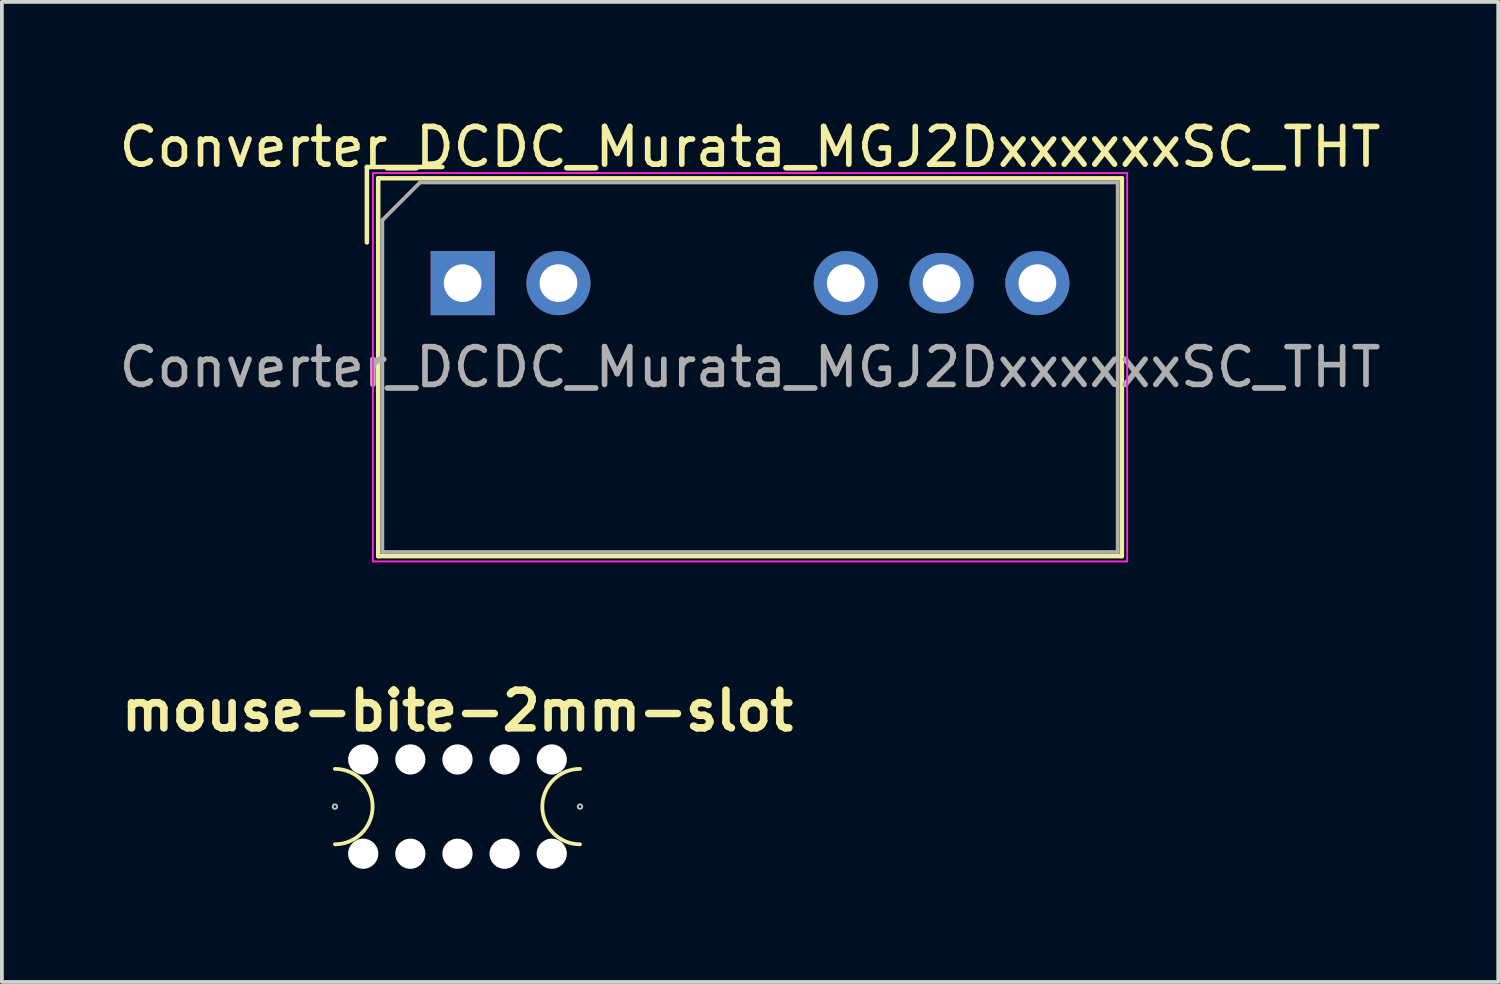
<source format=kicad_pcb>
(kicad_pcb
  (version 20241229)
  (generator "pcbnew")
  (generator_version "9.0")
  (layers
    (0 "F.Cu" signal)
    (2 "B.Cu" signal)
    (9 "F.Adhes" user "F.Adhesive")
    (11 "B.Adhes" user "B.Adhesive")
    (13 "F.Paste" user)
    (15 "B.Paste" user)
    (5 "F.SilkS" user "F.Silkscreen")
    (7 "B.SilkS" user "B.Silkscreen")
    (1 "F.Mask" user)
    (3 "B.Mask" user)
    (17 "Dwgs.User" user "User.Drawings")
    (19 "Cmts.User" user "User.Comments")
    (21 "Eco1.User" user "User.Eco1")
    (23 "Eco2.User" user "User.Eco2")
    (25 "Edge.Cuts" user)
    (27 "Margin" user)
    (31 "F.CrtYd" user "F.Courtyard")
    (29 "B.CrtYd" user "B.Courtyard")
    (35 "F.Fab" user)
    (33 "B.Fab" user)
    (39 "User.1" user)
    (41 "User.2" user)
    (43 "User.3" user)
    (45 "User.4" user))
  (footprint "mouse-bite-2mm-slot"
    (layer "F.Cu")
    (at 9.081 18.339)
    (property "Reference" "mouse-bite-2mm-slot" (at 0 -2.54 0) (layer "F.SilkS") (effects (font (size 1 1) (thickness 0.2))))
    (attr through_hole)
    (fp_arc (start -3.25 -1) (mid -2.25 0) (end -3.25 1) (stroke (width 0.1) (type solid)) (layer "F.SilkS"))
    (fp_arc (start 3.25 1) (mid 2.25 0) (end 3.25 -1) (stroke (width 0.1) (type solid)) (layer "F.SilkS"))
    (fp_circle (center -3.25 0) (end -3.25 -0.06) (stroke (width 0.05) (type solid)) (fill no) (layer "Dwgs.User"))
    (fp_circle (center 3.25 0) (end 3.31 0) (stroke (width 0.05) (type solid)) (fill no) (layer "Dwgs.User"))
    (fp_line (start -3.25 0) (end -3.25 0) (stroke (width 2) (type solid)) (layer "Eco1.User"))
    (fp_line (start 3.25 0) (end 3.25 0) (stroke (width 2) (type solid)) (layer "Eco1.User"))
    (pad "" np_thru_hole circle (at -2.5 -1.25) (size 0.8 0.8) (drill 0.8) (layers "*.Cu" "*.Mask"))
    (pad "" np_thru_hole circle (at -2.5 1.25) (size 0.8 0.8) (drill 0.8) (layers "*.Cu" "*.Mask"))
    (pad "" np_thru_hole circle (at -1.25 -1.25) (size 0.8 0.8) (drill 0.8) (layers "*.Cu" "*.Mask"))
    (pad "" np_thru_hole circle (at -1.25 1.25) (size 0.8 0.8) (drill 0.8) (layers "*.Cu" "*.Mask"))
    (pad "" np_thru_hole circle (at 0 -1.25) (size 0.8 0.8) (drill 0.8) (layers "*.Cu" "*.Mask"))
    (pad "" np_thru_hole circle (at 0 1.25) (size 0.8 0.8) (drill 0.8) (layers "*.Cu" "*.Mask"))
    (pad "" np_thru_hole circle (at 1.25 -1.25) (size 0.8 0.8) (drill 0.8) (layers "*.Cu" "*.Mask"))
    (pad "" np_thru_hole circle (at 1.25 1.25) (size 0.8 0.8) (drill 0.8) (layers "*.Cu" "*.Mask"))
    (pad "" np_thru_hole circle (at 2.5 -1.25) (size 0.8 0.8) (drill 0.8) (layers "*.Cu" "*.Mask"))
    (pad "" np_thru_hole circle (at 2.5 1.25) (size 0.8 0.8) (drill 0.8) (layers "*.Cu" "*.Mask")))
  (footprint "Converter_DCDC_Murata_MGJ2DxxxxxxSC_THT"
    (layer "F.Cu")
    (at 9.219 4.458)
    (property "Reference" "Converter_DCDC_Murata_MGJ2DxxxxxxSC_THT" (at 7.62 -3.61 0) (layer "F.SilkS") (effects (font (size 1 1) (thickness 0.15))))
    (attr through_hole)
    (fp_line (start -2.54 -3.08) (end -0.54 -3.08) (stroke (width 0.12) (type solid)) (layer "F.SilkS"))
    (fp_line (start -2.54 -1.08) (end -2.54 -3.08) (stroke (width 0.12) (type solid)) (layer "F.SilkS"))
    (fp_line (start -2.24 -2.78) (end -2.24 7.24) (stroke (width 0.12) (type solid)) (layer "F.SilkS"))
    (fp_line (start -2.24 -2.78) (end 17.48 -2.78) (stroke (width 0.12) (type solid)) (layer "F.SilkS"))
    (fp_line (start -2.24 7.24) (end 17.48 7.24) (stroke (width 0.12) (type solid)) (layer "F.SilkS"))
    (fp_line (start 17.48 -2.78) (end 17.48 7.24) (stroke (width 0.12) (type solid)) (layer "F.SilkS"))
    (fp_line (start -2.38 -2.92) (end -2.38 7.38) (stroke (width 0.05) (type solid)) (layer "F.CrtYd"))
    (fp_line (start -2.38 -2.92) (end 17.62 -2.92) (stroke (width 0.05) (type solid)) (layer "F.CrtYd"))
    (fp_line (start -2.38 7.38) (end 17.62 7.38) (stroke (width 0.05) (type solid)) (layer "F.CrtYd"))
    (fp_line (start 17.62 -2.92) (end 17.62 7.38) (stroke (width 0.05) (type solid)) (layer "F.CrtYd"))
    (fp_line (start -2.13 -1.67) (end -1.13 -2.67) (stroke (width 0.1) (type solid)) (layer "F.Fab"))
    (fp_line (start -2.13 7.13) (end -2.13 -1.67) (stroke (width 0.1) (type solid)) (layer "F.Fab"))
    (fp_line (start -1.13 -2.67) (end 17.37 -2.67) (stroke (width 0.1) (type solid)) (layer "F.Fab"))
    (fp_line (start 17.37 -2.67) (end 17.37 7.13) (stroke (width 0.1) (type solid)) (layer "F.Fab"))
    (fp_line (start 17.37 7.13) (end -2.13 7.13) (stroke (width 0.1) (type solid)) (layer "F.Fab"))
    (fp_text user "${REFERENCE}" (at 7.62 2.23 0) (layer "F.Fab") (effects (font (size 1 1) (thickness 0.15))))
    (pad "1" thru_hole rect (at 0 0) (size 1.7 1.7) (drill 1) (layers "*.Cu" "*.Mask"))
    (pad "2" thru_hole oval (at 2.54 0) (size 1.7 1.7) (drill 1) (layers "*.Cu" "*.Mask"))
    (pad "5" thru_hole oval (at 10.16 0) (size 1.7 1.7) (drill 1) (layers "*.Cu" "*.Mask"))
    (pad "6" thru_hole oval (at 12.7 0) (size 1.7 1.6) (drill 1) (layers "*.Cu" "*.Mask"))
    (pad "7" thru_hole oval (at 15.24 0) (size 1.7 1.7) (drill 1) (layers "*.Cu" "*.Mask")))
  (gr_rect
    (start -3 -3)
    (end 36.679 22.989)
    (stroke (width 0.1) (type default))
    (fill no)
    (layer "Edge.Cuts")))
</source>
